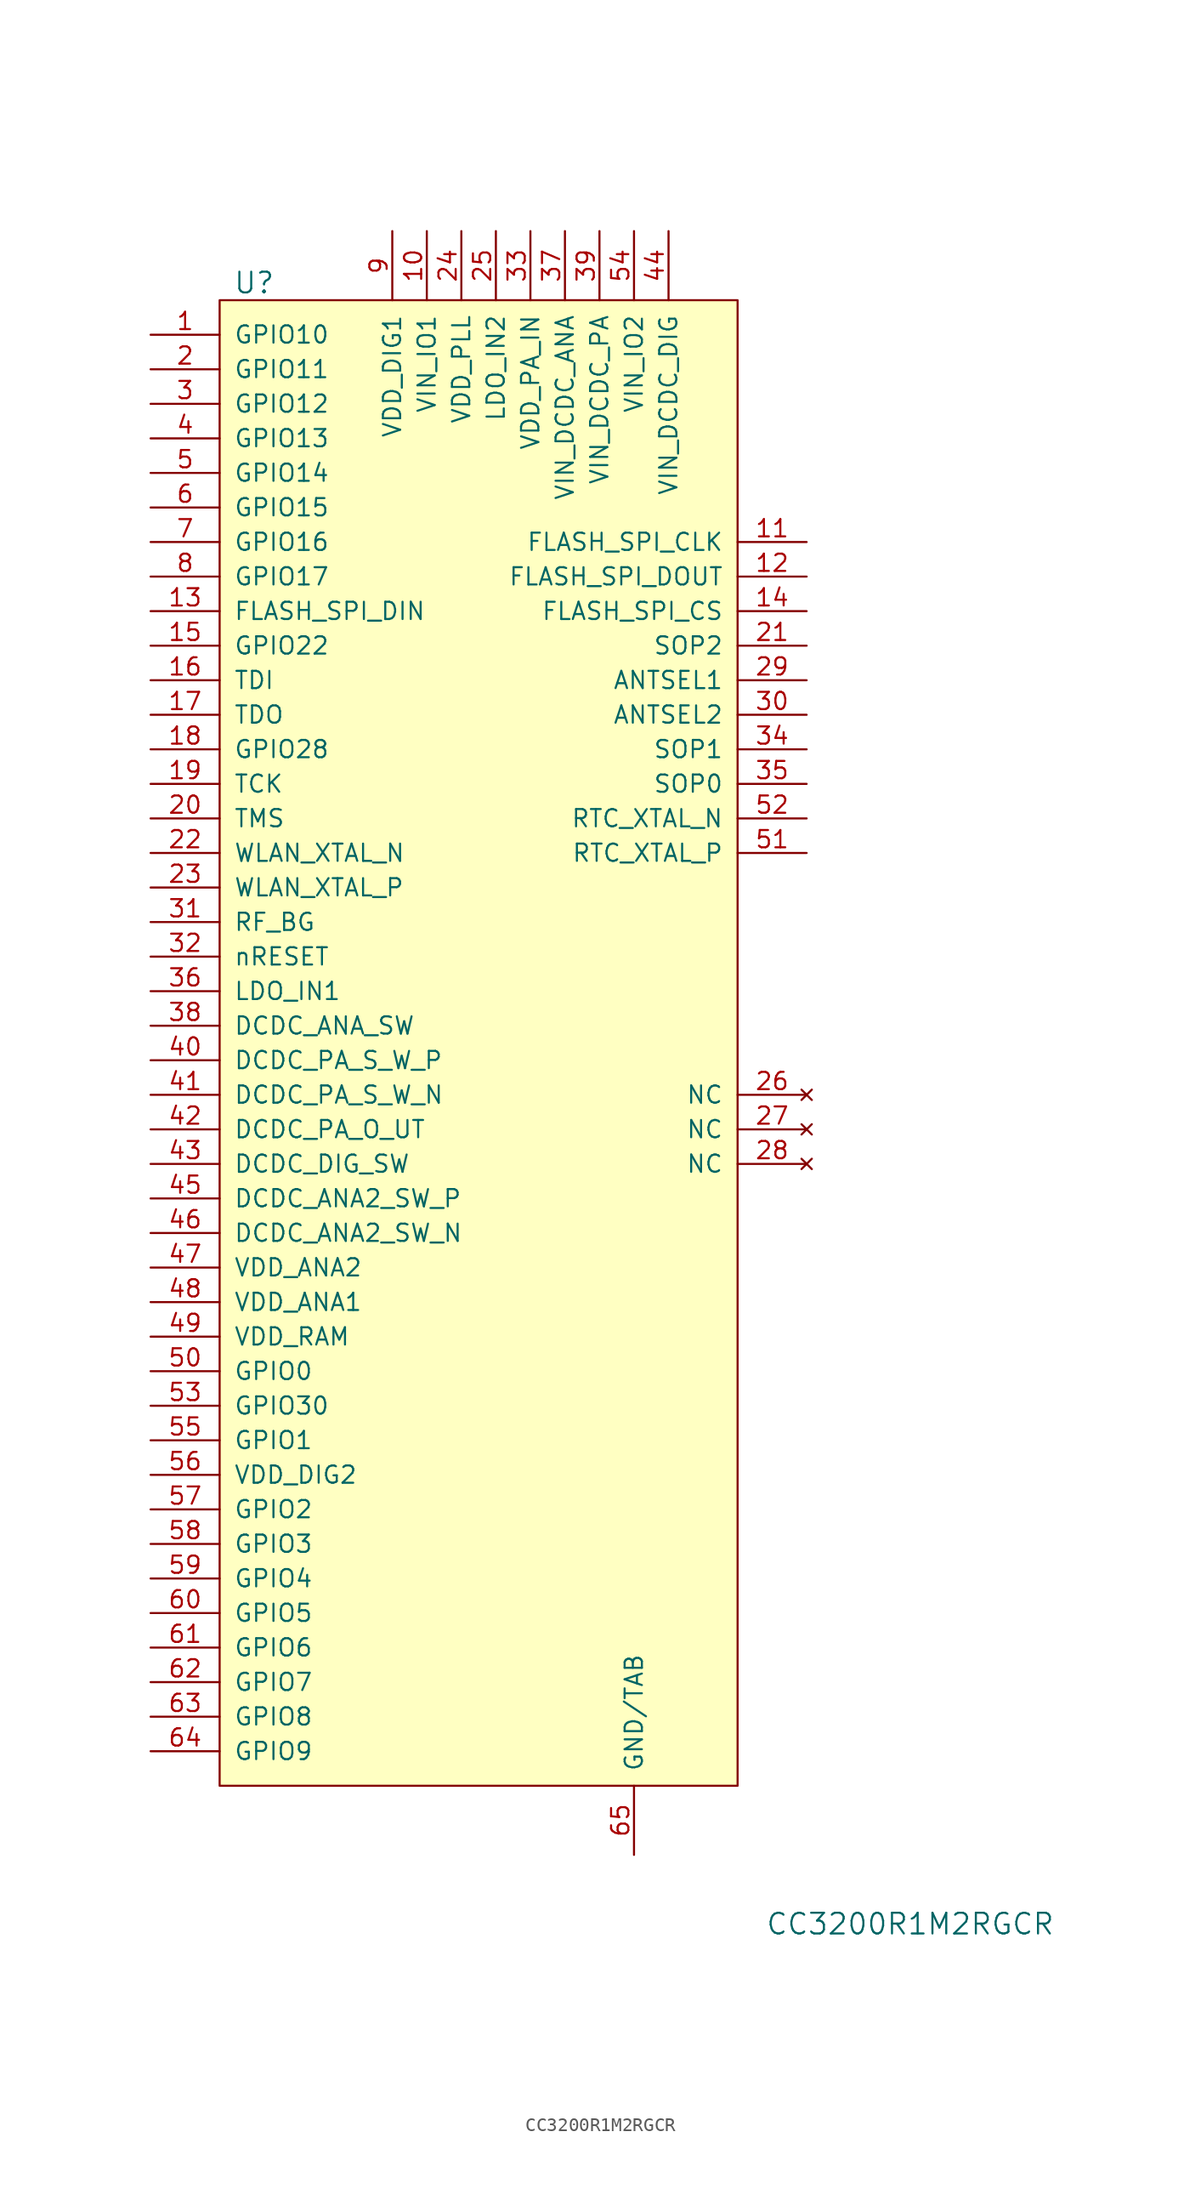
<source format=kicad_sym>
(kicad_symbol_lib
  (version 20201005)
  (generator kicad_symbol_editor)
  (symbol "CC3200R1M2RGCR"
    (pin_names
      (offset 1.016))
    (property "Reference" "U"
      (at -12.7 41.91 0)
      (effects (font (size 1.524 1.524))))
    (property "Value" "CC3200R1M2RGCR"
      (at 35.56 -78.74 0)
      (effects (font (size 1.524 1.524))))
    (symbol "CC3200R1M2RGCR_0_1"
      (rectangle (start -15.24 40.64) (end 22.86 -68.58) (stroke (width 0)) (fill (type background))))
    (symbol "CC3200R1M2RGCR_1_1"
      (pin bidirectional line (at -20.32 38.1 0) (length 5.08) (name "GPIO10" (effects (font (size 1.27 1.27)))) (number "1" (effects (font (size 1.27 1.27)))))
      (pin bidirectional line (at -20.32 35.56 0) (length 5.08) (name "GPIO11" (effects (font (size 1.27 1.27)))) (number "2" (effects (font (size 1.27 1.27)))))
      (pin bidirectional line (at -20.32 33.02 0) (length 5.08) (name "GPIO12" (effects (font (size 1.27 1.27)))) (number "3" (effects (font (size 1.27 1.27)))))
      (pin bidirectional line (at -20.32 30.48 0) (length 5.08) (name "GPIO13" (effects (font (size 1.27 1.27)))) (number "4" (effects (font (size 1.27 1.27)))))
      (pin bidirectional line (at -20.32 27.94 0) (length 5.08) (name "GPIO14" (effects (font (size 1.27 1.27)))) (number "5" (effects (font (size 1.27 1.27)))))
      (pin bidirectional line (at -20.32 25.4 0) (length 5.08) (name "GPIO15" (effects (font (size 1.27 1.27)))) (number "6" (effects (font (size 1.27 1.27)))))
      (pin bidirectional line (at -20.32 22.86 0) (length 5.08) (name "GPIO16" (effects (font (size 1.27 1.27)))) (number "7" (effects (font (size 1.27 1.27)))))
      (pin bidirectional line (at -20.32 20.32 0) (length 5.08) (name "GPIO17" (effects (font (size 1.27 1.27)))) (number "8" (effects (font (size 1.27 1.27)))))
      (pin power_in line (at -2.54 45.72 270) (length 5.08) (name "VDD_DIG1" (effects (font (size 1.27 1.27)))) (number "9" (effects (font (size 1.27 1.27)))))
      (pin power_in line (at 0 45.72 270) (length 5.08) (name "VIN_IO1" (effects (font (size 1.27 1.27)))) (number "10" (effects (font (size 1.27 1.27)))))
      (pin bidirectional line (at -20.32 2.54 0) (length 5.08) (name "TMS" (effects (font (size 1.27 1.27)))) (number "20" (effects (font (size 1.27 1.27)))))
      (pin output line (at 27.94 10.16 180) (length 5.08) (name "ANTSEL2" (effects (font (size 1.27 1.27)))) (number "30" (effects (font (size 1.27 1.27)))))
      (pin input line (at -20.32 -15.24 0) (length 5.08) (name "DCDC_PA_S_W_P" (effects (font (size 1.27 1.27)))) (number "40" (effects (font (size 1.27 1.27)))))
      (pin bidirectional line (at -20.32 -38.1 0) (length 5.08) (name "GPIO0" (effects (font (size 1.27 1.27)))) (number "50" (effects (font (size 1.27 1.27)))))
      (pin bidirectional line (at -20.32 -55.88 0) (length 5.08) (name "GPIO5" (effects (font (size 1.27 1.27)))) (number "60" (effects (font (size 1.27 1.27)))))
      (pin output line (at 27.94 22.86 180) (length 5.08) (name "FLASH_SPI_CLK" (effects (font (size 1.27 1.27)))) (number "11" (effects (font (size 1.27 1.27)))))
      (pin output line (at 27.94 15.24 180) (length 5.08) (name "SOP2" (effects (font (size 1.27 1.27)))) (number "21" (effects (font (size 1.27 1.27)))))
      (pin bidirectional line (at -20.32 -5.08 0) (length 5.08) (name "RF_BG" (effects (font (size 1.27 1.27)))) (number "31" (effects (font (size 1.27 1.27)))))
      (pin input line (at -20.32 -17.78 0) (length 5.08) (name "DCDC_PA_S_W_N" (effects (font (size 1.27 1.27)))) (number "41" (effects (font (size 1.27 1.27)))))
      (pin output line (at 27.94 0 180) (length 5.08) (name "RTC_XTAL_P" (effects (font (size 1.27 1.27)))) (number "51" (effects (font (size 1.27 1.27)))))
      (pin bidirectional line (at -20.32 -58.42 0) (length 5.08) (name "GPIO6" (effects (font (size 1.27 1.27)))) (number "61" (effects (font (size 1.27 1.27)))))
      (pin output line (at 27.94 20.32 180) (length 5.08) (name "FLASH_SPI_DOUT" (effects (font (size 1.27 1.27)))) (number "12" (effects (font (size 1.27 1.27)))))
      (pin input line (at -20.32 0 0) (length 5.08) (name "WLAN_XTAL_N" (effects (font (size 1.27 1.27)))) (number "22" (effects (font (size 1.27 1.27)))))
      (pin input line (at -20.32 -7.62 0) (length 5.08) (name "nRESET" (effects (font (size 1.27 1.27)))) (number "32" (effects (font (size 1.27 1.27)))))
      (pin input line (at -20.32 -20.32 0) (length 5.08) (name "DCDC_PA_O_UT" (effects (font (size 1.27 1.27)))) (number "42" (effects (font (size 1.27 1.27)))))
      (pin output line (at 27.94 2.54 180) (length 5.08) (name "RTC_XTAL_N" (effects (font (size 1.27 1.27)))) (number "52" (effects (font (size 1.27 1.27)))))
      (pin bidirectional line (at -20.32 -60.96 0) (length 5.08) (name "GPIO7" (effects (font (size 1.27 1.27)))) (number "62" (effects (font (size 1.27 1.27)))))
      (pin input line (at -20.32 17.78 0) (length 5.08) (name "FLASH_SPI_DIN" (effects (font (size 1.27 1.27)))) (number "13" (effects (font (size 1.27 1.27)))))
      (pin input line (at -20.32 -2.54 0) (length 5.08) (name "WLAN_XTAL_P" (effects (font (size 1.27 1.27)))) (number "23" (effects (font (size 1.27 1.27)))))
      (pin power_in line (at 7.62 45.72 270) (length 5.08) (name "VDD_PA_IN" (effects (font (size 1.27 1.27)))) (number "33" (effects (font (size 1.27 1.27)))))
      (pin input line (at -20.32 -22.86 0) (length 5.08) (name "DCDC_DIG_SW" (effects (font (size 1.27 1.27)))) (number "43" (effects (font (size 1.27 1.27)))))
      (pin bidirectional line (at -20.32 -40.64 0) (length 5.08) (name "GPIO30" (effects (font (size 1.27 1.27)))) (number "53" (effects (font (size 1.27 1.27)))))
      (pin bidirectional line (at -20.32 -63.5 0) (length 5.08) (name "GPIO8" (effects (font (size 1.27 1.27)))) (number "63" (effects (font (size 1.27 1.27)))))
      (pin output line (at 27.94 17.78 180) (length 5.08) (name "FLASH_SPI_CS" (effects (font (size 1.27 1.27)))) (number "14" (effects (font (size 1.27 1.27)))))
      (pin power_in line (at 2.54 45.72 270) (length 5.08) (name "VDD_PLL" (effects (font (size 1.27 1.27)))) (number "24" (effects (font (size 1.27 1.27)))))
      (pin output line (at 27.94 7.62 180) (length 5.08) (name "SOP1" (effects (font (size 1.27 1.27)))) (number "34" (effects (font (size 1.27 1.27)))))
      (pin power_in line (at 17.78 45.72 270) (length 5.08) (name "VIN_DCDC_DIG" (effects (font (size 1.27 1.27)))) (number "44" (effects (font (size 1.27 1.27)))))
      (pin power_in line (at 15.24 45.72 270) (length 5.08) (name "VIN_IO2" (effects (font (size 1.27 1.27)))) (number "54" (effects (font (size 1.27 1.27)))))
      (pin bidirectional line (at -20.32 -66.04 0) (length 5.08) (name "GPIO9" (effects (font (size 1.27 1.27)))) (number "64" (effects (font (size 1.27 1.27)))))
      (pin bidirectional line (at -20.32 15.24 0) (length 5.08) (name "GPIO22" (effects (font (size 1.27 1.27)))) (number "15" (effects (font (size 1.27 1.27)))))
      (pin power_in line (at 5.08 45.72 270) (length 5.08) (name "LDO_IN2" (effects (font (size 1.27 1.27)))) (number "25" (effects (font (size 1.27 1.27)))))
      (pin output line (at 27.94 5.08 180) (length 5.08) (name "SOP0" (effects (font (size 1.27 1.27)))) (number "35" (effects (font (size 1.27 1.27)))))
      (pin bidirectional line (at -20.32 -25.4 0) (length 5.08) (name "DCDC_ANA2_SW_P" (effects (font (size 1.27 1.27)))) (number "45" (effects (font (size 1.27 1.27)))))
      (pin bidirectional line (at -20.32 -43.18 0) (length 5.08) (name "GPIO1" (effects (font (size 1.27 1.27)))) (number "55" (effects (font (size 1.27 1.27)))))
      (pin power_in line (at 15.24 -73.66 90) (length 5.08) (name "GND/TAB" (effects (font (size 1.27 1.27)))) (number "65" (effects (font (size 1.27 1.27)))))
      (pin bidirectional line (at -20.32 12.7 0) (length 5.08) (name "TDI" (effects (font (size 1.27 1.27)))) (number "16" (effects (font (size 1.27 1.27)))))
      (pin no_connect line (at 27.94 -17.78 180) (length 5.08) (name "NC" (effects (font (size 1.27 1.27)))) (number "26" (effects (font (size 1.27 1.27)))))
      (pin input line (at -20.32 -10.16 0) (length 5.08) (name "LDO_IN1" (effects (font (size 1.27 1.27)))) (number "36" (effects (font (size 1.27 1.27)))))
      (pin input line (at -20.32 -27.94 0) (length 5.08) (name "DCDC_ANA2_SW_N" (effects (font (size 1.27 1.27)))) (number "46" (effects (font (size 1.27 1.27)))))
      (pin input line (at -20.32 -45.72 0) (length 5.08) (name "VDD_DIG2" (effects (font (size 1.27 1.27)))) (number "56" (effects (font (size 1.27 1.27)))))
      (pin bidirectional line (at -20.32 10.16 0) (length 5.08) (name "TDO" (effects (font (size 1.27 1.27)))) (number "17" (effects (font (size 1.27 1.27)))))
      (pin no_connect line (at 27.94 -20.32 180) (length 5.08) (name "NC" (effects (font (size 1.27 1.27)))) (number "27" (effects (font (size 1.27 1.27)))))
      (pin power_in line (at 10.16 45.72 270) (length 5.08) (name "VIN_DCDC_ANA" (effects (font (size 1.27 1.27)))) (number "37" (effects (font (size 1.27 1.27)))))
      (pin input line (at -20.32 -30.48 0) (length 5.08) (name "VDD_ANA2" (effects (font (size 1.27 1.27)))) (number "47" (effects (font (size 1.27 1.27)))))
      (pin bidirectional line (at -20.32 -48.26 0) (length 5.08) (name "GPIO2" (effects (font (size 1.27 1.27)))) (number "57" (effects (font (size 1.27 1.27)))))
      (pin bidirectional line (at -20.32 7.62 0) (length 5.08) (name "GPIO28" (effects (font (size 1.27 1.27)))) (number "18" (effects (font (size 1.27 1.27)))))
      (pin no_connect line (at 27.94 -22.86 180) (length 5.08) (name "NC" (effects (font (size 1.27 1.27)))) (number "28" (effects (font (size 1.27 1.27)))))
      (pin input line (at -20.32 -12.7 0) (length 5.08) (name "DCDC_ANA_SW" (effects (font (size 1.27 1.27)))) (number "38" (effects (font (size 1.27 1.27)))))
      (pin input line (at -20.32 -33.02 0) (length 5.08) (name "VDD_ANA1" (effects (font (size 1.27 1.27)))) (number "48" (effects (font (size 1.27 1.27)))))
      (pin bidirectional line (at -20.32 -50.8 0) (length 5.08) (name "GPIO3" (effects (font (size 1.27 1.27)))) (number "58" (effects (font (size 1.27 1.27)))))
      (pin bidirectional line (at -20.32 5.08 0) (length 5.08) (name "TCK" (effects (font (size 1.27 1.27)))) (number "19" (effects (font (size 1.27 1.27)))))
      (pin output line (at 27.94 12.7 180) (length 5.08) (name "ANTSEL1" (effects (font (size 1.27 1.27)))) (number "29" (effects (font (size 1.27 1.27)))))
      (pin power_in line (at 12.7 45.72 270) (length 5.08) (name "VIN_DCDC_PA" (effects (font (size 1.27 1.27)))) (number "39" (effects (font (size 1.27 1.27)))))
      (pin input line (at -20.32 -35.56 0) (length 5.08) (name "VDD_RAM" (effects (font (size 1.27 1.27)))) (number "49" (effects (font (size 1.27 1.27)))))
      (pin bidirectional line (at -20.32 -53.34 0) (length 5.08) (name "GPIO4" (effects (font (size 1.27 1.27)))) (number "59" (effects (font (size 1.27 1.27))))))))
</source>
